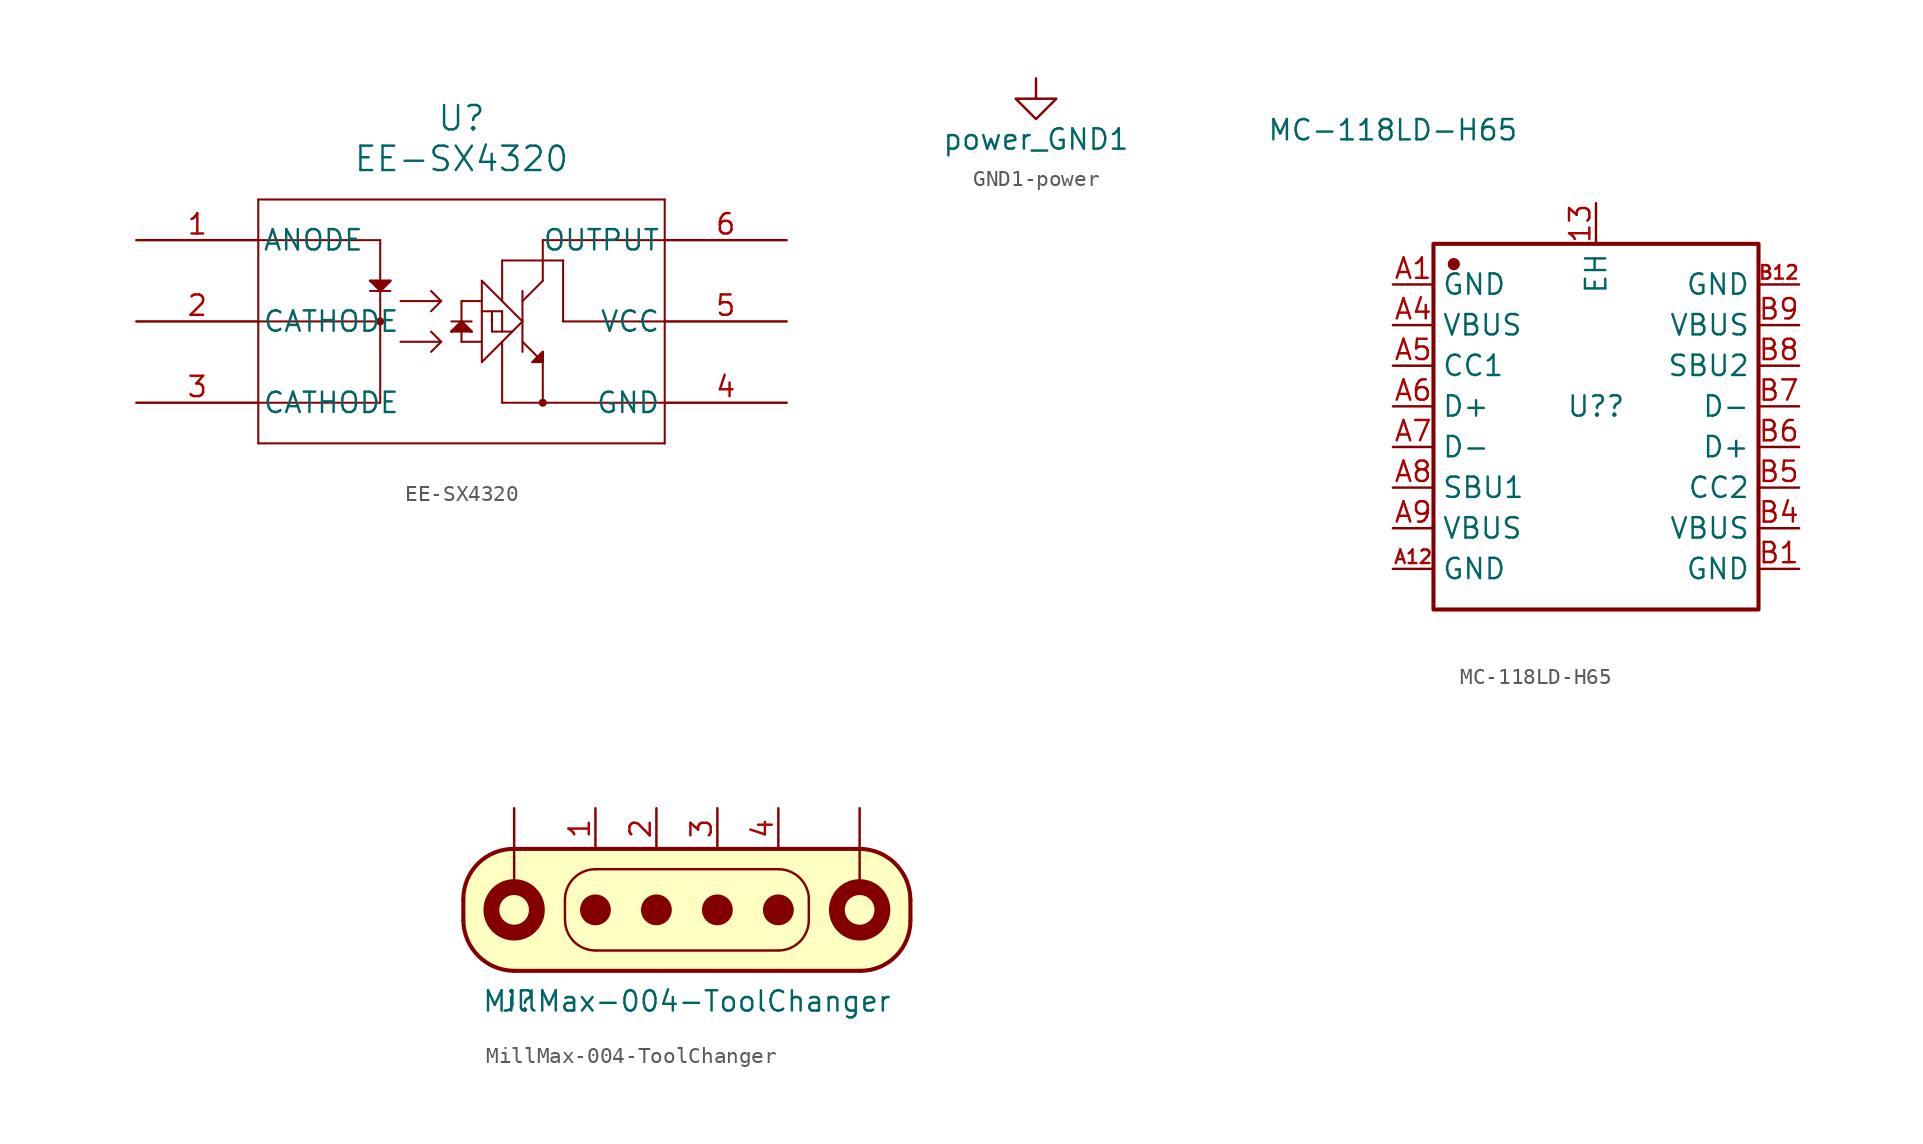
<source format=kicad_sym>
(kicad_symbol_lib
  (version 20241209)
  (generator "kicad_symbol_editor")
  (generator_version "9.0")
  (symbol "EE-SX4320"
    (pin_names
      (offset 0.254))
    (property "Reference" "U"
      (at 20.32 7.62 0)
      (effects (font (size 1.524 1.524))))
    (property "Value" "EE-SX4320"
      (at 20.32 5.08 0)
      (effects (font (size 1.524 1.524))))
    (symbol "EE-SX4320_0_1"
      (polyline (pts (xy 7.62 2.54) (xy 7.62 -12.7)) (stroke (width 0.127) (type default)) (fill (type none)))
      (polyline (pts (xy 7.62 0) (xy 15.24 0)) (stroke (width 0.127) (type default)) (fill (type none)))
      (polyline (pts (xy 7.62 -5.08) (xy 15.24 -5.08)) (stroke (width 0.127) (type default)) (fill (type none)))
      (polyline (pts (xy 7.62 -10.16) (xy 15.24 -10.16)) (stroke (width 0.127) (type default)) (fill (type none)))
      (polyline (pts (xy 7.62 -12.7) (xy 33.02 -12.7)) (stroke (width 0.127) (type default)) (fill (type none)))
      (polyline (pts (xy 14.605 -2.54) (xy 15.24 -3.175)) (stroke (width 0.127) (type default)) (fill (type none)))
      (polyline (pts (xy 14.605 -2.54) (xy 15.875 -2.54)) (stroke (width 0.127) (type default)) (fill (type none)))
      (polyline (pts (xy 14.605 -2.54) (xy 15.875 -2.54) (xy 15.24 -3.175)) (stroke (width 0) (type default)) (fill (type outline)))
      (polyline (pts (xy 14.605 -3.175) (xy 15.875 -3.175)) (stroke (width 0.127) (type default)) (fill (type none)))
      (polyline (pts (xy 15.24 0) (xy 15.24 -2.54)) (stroke (width 0.127) (type default)) (fill (type none)))
      (polyline (pts (xy 15.24 -3.175) (xy 15.24 -10.16)) (stroke (width 0.127) (type default)) (fill (type none)))
      (circle (center 15.24 -5.08) (radius 0.127) (stroke (width 0.254) (type default)) (fill (type none)))
      (polyline (pts (xy 15.875 -2.54) (xy 15.24 -3.175)) (stroke (width 0.127) (type default)) (fill (type none)))
      (polyline (pts (xy 16.51 -3.81) (xy 19.05 -3.81)) (stroke (width 0.127) (type default)) (fill (type none)))
      (polyline (pts (xy 16.51 -6.35) (xy 19.05 -6.35)) (stroke (width 0.127) (type default)) (fill (type none)))
      (polyline (pts (xy 18.415 -3.175) (xy 19.05 -3.81)) (stroke (width 0.127) (type default)) (fill (type none)))
      (polyline (pts (xy 18.415 -5.715) (xy 19.05 -6.35)) (stroke (width 0.127) (type default)) (fill (type none)))
      (polyline (pts (xy 19.05 -3.81) (xy 18.415 -4.445)) (stroke (width 0.127) (type default)) (fill (type none)))
      (polyline (pts (xy 19.05 -6.35) (xy 18.415 -6.985)) (stroke (width 0.127) (type default)) (fill (type none)))
      (polyline (pts (xy 19.685 -5.08) (xy 20.955 -5.08)) (stroke (width 0.127) (type default)) (fill (type none)))
      (polyline (pts (xy 19.685 -5.715) (xy 20.955 -5.715)) (stroke (width 0.127) (type default)) (fill (type none)))
      (polyline (pts (xy 19.685 -5.715) (xy 20.32 -5.08) (xy 20.955 -5.715)) (stroke (width 0) (type default)) (fill (type outline)))
      (polyline (pts (xy 20.32 -3.81) (xy 20.32 -5.08)) (stroke (width 0.127) (type default)) (fill (type none)))
      (polyline (pts (xy 20.32 -5.08) (xy 19.685 -5.715)) (stroke (width 0.127) (type default)) (fill (type none)))
      (polyline (pts (xy 20.32 -5.715) (xy 20.32 -6.35)) (stroke (width 0.127) (type default)) (fill (type none)))
      (polyline (pts (xy 20.32 -6.35) (xy 21.59 -6.35)) (stroke (width 0.127) (type default)) (fill (type none)))
      (polyline (pts (xy 20.955 -5.715) (xy 20.32 -5.08)) (stroke (width 0.127) (type default)) (fill (type none)))
      (polyline (pts (xy 21.59 -3.81) (xy 20.32 -3.81)) (stroke (width 0.127) (type default)) (fill (type none)))
      (polyline (pts (xy 21.59 -4.445) (xy 22.86 -4.445)) (stroke (width 0.127) (type default)) (fill (type none)))
      (polyline (pts (xy 21.59 -7.62) (xy 21.59 -2.54)) (stroke (width 0.127) (type default)) (fill (type none)))
      (polyline (pts (xy 22.225 -5.715) (xy 22.225 -4.445)) (stroke (width 0.127) (type default)) (fill (type none)))
      (polyline (pts (xy 22.86 -1.27) (xy 26.67 -1.27)) (stroke (width 0.127) (type default)) (fill (type none)))
      (polyline (pts (xy 22.86 -3.81) (xy 22.86 -1.27)) (stroke (width 0.127) (type default)) (fill (type none)))
      (polyline (pts (xy 22.86 -4.445) (xy 22.86 -5.715)) (stroke (width 0.127) (type default)) (fill (type none)))
      (polyline (pts (xy 22.86 -6.35) (xy 22.86 -10.16)) (stroke (width 0.127) (type default)) (fill (type none)))
      (polyline (pts (xy 23.495 -5.715) (xy 22.225 -5.715)) (stroke (width 0.127) (type default)) (fill (type none)))
      (polyline (pts (xy 24.13 -3.175) (xy 24.13 -6.985)) (stroke (width 0.127) (type default)) (fill (type none)))
      (polyline (pts (xy 24.13 -5.08) (xy 21.59 -2.54)) (stroke (width 0.127) (type default)) (fill (type none)))
      (polyline (pts (xy 24.13 -5.08) (xy 21.59 -7.62)) (stroke (width 0.127) (type default)) (fill (type none)))
      (polyline (pts (xy 24.13 -6.35) (xy 25.4 -7.62)) (stroke (width 0.127) (type default)) (fill (type none)))
      (polyline (pts (xy 24.765 -7.62) (xy 25.4 -7.62)) (stroke (width 0.127) (type default)) (fill (type none)))
      (polyline (pts (xy 24.765 -7.62) (xy 25.4 -6.985) (xy 25.4 -7.62)) (stroke (width 0) (type default)) (fill (type outline)))
      (polyline (pts (xy 25.4 0) (xy 25.4 -2.54)) (stroke (width 0.127) (type default)) (fill (type none)))
      (polyline (pts (xy 25.4 -2.54) (xy 24.13 -3.81)) (stroke (width 0.127) (type default)) (fill (type none)))
      (polyline (pts (xy 25.4 -6.985) (xy 24.765 -7.62)) (stroke (width 0.127) (type default)) (fill (type none)))
      (polyline (pts (xy 25.4 -7.62) (xy 25.4 -6.985)) (stroke (width 0.127) (type default)) (fill (type none)))
      (polyline (pts (xy 25.4 -7.62) (xy 25.4 -10.16)) (stroke (width 0.127) (type default)) (fill (type none)))
      (circle (center 25.4 -10.16) (radius 0.127) (stroke (width 0.254) (type default)) (fill (type none)))
      (polyline (pts (xy 26.67 -1.27) (xy 26.67 -5.08)) (stroke (width 0.127) (type default)) (fill (type none)))
      (polyline (pts (xy 33.02 2.54) (xy 7.62 2.54)) (stroke (width 0.127) (type default)) (fill (type none)))
      (polyline (pts (xy 33.02 0) (xy 25.4 0)) (stroke (width 0.127) (type default)) (fill (type none)))
      (polyline (pts (xy 33.02 -5.08) (xy 26.67 -5.08)) (stroke (width 0.127) (type default)) (fill (type none)))
      (polyline (pts (xy 33.02 -10.16) (xy 22.86 -10.16)) (stroke (width 0.127) (type default)) (fill (type none)))
      (polyline (pts (xy 33.02 -12.7) (xy 33.02 2.54)) (stroke (width 0.127) (type default)) (fill (type none)))
      (pin unspecified line (at 0 0 0) (length 7.62) (name "ANODE" (effects (font (size 1.27 1.27)))) (number "1" (effects (font (size 1.27 1.27)))))
      (pin unspecified line (at 0 -5.08 0) (length 7.62) (name "CATHODE" (effects (font (size 1.27 1.27)))) (number "2" (effects (font (size 1.27 1.27)))))
      (pin unspecified line (at 0 -10.16 0) (length 7.62) (name "CATHODE" (effects (font (size 1.27 1.27)))) (number "3" (effects (font (size 1.27 1.27)))))
      (pin unspecified line (at 40.64 0 180) (length 7.62) (name "OUTPUT" (effects (font (size 1.27 1.27)))) (number "6" (effects (font (size 1.27 1.27)))))
      (pin unspecified line (at 40.64 -5.08 180) (length 7.62) (name "VCC" (effects (font (size 1.27 1.27)))) (number "5" (effects (font (size 1.27 1.27)))))
      (pin unspecified line (at 40.64 -10.16 180) (length 7.62) (name "GND" (effects (font (size 1.27 1.27)))) (number "4" (effects (font (size 1.27 1.27)))))))
  (symbol "GND1-power"
    (power)
    (pin_names
      (offset 0))
    (property "Reference" "#PWR"
      (at 0 -6.35 0)
      (effects (font (size 1.27 1.27)) (hide yes)))
    (property "Value" "power_GND1"
      (at 0 -3.81 0)
      (effects (font (size 1.27 1.27))))
    (symbol "GND1-power_0_1"
      (polyline (pts (xy 0 0) (xy 0 -1.27) (xy 1.27 -1.27) (xy 0 -2.54) (xy -1.27 -1.27) (xy 0 -1.27)) (stroke (width 0) (type solid)) (fill (type none))))
    (symbol "GND1-power_1_1"
      (pin power_in line (at 0 0 270) (length 0) (hide yes) (name "GND1" (effects (font (size 1.27 1.27)))) (number "1" (effects (font (size 1.27 1.27)))))))
  (symbol "MC-118LD-H65"
    (property "Reference" "U?"
      (at 0 0 0)
      (effects (font (size 1.27 1.27))))
    (property "Value" "MC-118LD-H65"
      (at -12.7 17.272 0)
      (effects (font (size 1.27 1.27))))
    (symbol "MC-118LD-H65_0_0"
      (rectangle (start -10.16 10.16) (end 10.16 -12.7) (stroke (width 0.254) (type solid)) (fill (type none)))
      (circle (center -8.89 8.89) (radius 0.254) (stroke (width 0.254) (type solid)) (fill (type outline)))
      (pin unspecified line (at -12.7 7.62 0) (length 2.54) (name "GND" (effects (font (size 1.27 1.27)))) (number "A1" (effects (font (size 1.27 1.27)))))
      (pin unspecified line (at -12.7 5.08 0) (length 2.54) (name "VBUS" (effects (font (size 1.27 1.27)))) (number "A4" (effects (font (size 1.27 1.27)))))
      (pin unspecified line (at -12.7 2.54 0) (length 2.54) (name "CC1" (effects (font (size 1.27 1.27)))) (number "A5" (effects (font (size 1.27 1.27)))))
      (pin unspecified line (at -12.7 0 0) (length 2.54) (name "D+" (effects (font (size 1.27 1.27)))) (number "A6" (effects (font (size 1.27 1.27)))))
      (pin unspecified line (at -12.7 -2.54 0) (length 2.54) (name "D-" (effects (font (size 1.27 1.27)))) (number "A7" (effects (font (size 1.27 1.27)))))
      (pin unspecified line (at -12.7 -5.08 0) (length 2.54) (name "SBU1" (effects (font (size 1.27 1.27)))) (number "A8" (effects (font (size 1.27 1.27)))))
      (pin unspecified line (at -12.7 -7.62 0) (length 2.54) (name "VBUS" (effects (font (size 1.27 1.27)))) (number "A9" (effects (font (size 1.27 1.27)))))
      (pin unspecified line (at -12.7 -10.16 0) (length 2.54) (name "GND" (effects (font (size 1.27 1.27)))) (number "A12" (effects (font (size 0.847 0.847)))))
      (pin unspecified line (at 0 12.7 270) (length 2.54) (name "EH" (effects (font (size 1.27 1.27)))) (number "13" (effects (font (size 1.27 1.27)))))
      (pin unspecified line (at 12.7 7.62 180) (length 2.54) (name "GND" (effects (font (size 1.27 1.27)))) (number "B12" (effects (font (size 0.847 0.847)))))
      (pin unspecified line (at 12.7 5.08 180) (length 2.54) (name "VBUS" (effects (font (size 1.27 1.27)))) (number "B9" (effects (font (size 1.27 1.27)))))
      (pin unspecified line (at 12.7 2.54 180) (length 2.54) (name "SBU2" (effects (font (size 1.27 1.27)))) (number "B8" (effects (font (size 1.27 1.27)))))
      (pin unspecified line (at 12.7 0 180) (length 2.54) (name "D-" (effects (font (size 1.27 1.27)))) (number "B7" (effects (font (size 1.27 1.27)))))
      (pin unspecified line (at 12.7 -2.54 180) (length 2.54) (name "D+" (effects (font (size 1.27 1.27)))) (number "B6" (effects (font (size 1.27 1.27)))))
      (pin unspecified line (at 12.7 -5.08 180) (length 2.54) (name "CC2" (effects (font (size 1.27 1.27)))) (number "B5" (effects (font (size 1.27 1.27)))))
      (pin unspecified line (at 12.7 -7.62 180) (length 2.54) (name "VBUS" (effects (font (size 1.27 1.27)))) (number "B4" (effects (font (size 1.27 1.27)))))
      (pin unspecified line (at 12.7 -10.16 180) (length 2.54) (name "GND" (effects (font (size 1.27 1.27)))) (number "B1" (effects (font (size 1.27 1.27)))))))
  (symbol "MillMax-004-ToolChanger"
    (pin_names
      (offset 1.016))
    (property "Reference" "J"
      (at -10.541 -5.715 0)
      (effects (font (size 1.27 1.27))))
    (property "Value" "MillMax-004-ToolChanger"
      (at 0 -5.715 0)
      (effects (font (size 1.27 1.27))))
    (symbol "MillMax-004-ToolChanger_0_1"
      (rectangle (start -33.02 0.508) (end -22.225 -5.207) (stroke (width -0.991) (type solid)) (fill (type none)))
      (rectangle (start -22.225 -5.207) (end -24.13 -5.207) (stroke (width -0.991) (type solid)) (fill (type none)))
      (polyline (pts (xy -13.97 -0.635) (xy -13.97 0.635)) (stroke (width 0.254) (type solid)) (fill (type none)))
      (polyline (pts (xy -10.922 3.81) (xy 10.922 3.81) (xy 11.938 3.556) (xy 12.446 3.302) (xy 13.208 2.54) (xy 13.716 1.524) (xy 13.97 0.762) (xy 13.97 -0.762) (xy 13.716 -1.778) (xy 13.208 -2.54) (xy 12.446 -3.302) (xy 11.938 -3.556) (xy 10.668 -3.81) (xy -10.668 -3.81) (xy -11.938 -3.556) (xy -12.7 -3.048) (xy -13.462 -2.286) (xy -13.716 -1.778) (xy -13.97 -1.016) (xy -13.97 0.762) (xy -13.716 1.778) (xy -13.208 2.54) (xy -12.446 3.302) (xy -11.938 3.556) (xy -10.922 3.81)) (stroke (width -0.991) (type solid)) (fill (type background)))
      (arc (start -13.97 0.635) (mid -13.0528 2.8928) (end -10.795 3.81) (stroke (width 0.254) (type solid)) (fill (type none)))
      (polyline (pts (xy -10.795 3.81) (xy 10.795 3.81)) (stroke (width 0.254) (type solid)) (fill (type background)))
      (circle (center -10.795 0) (radius 1.422) (stroke (width 0.991) (type solid)) (fill (type none)))
      (arc (start -10.795 -3.81) (mid -13.0348 -2.8748) (end -13.97 -0.635) (stroke (width 0.254) (type solid)) (fill (type none)))
      (polyline (pts (xy -7.62 -0.635) (xy -7.62 0.635)) (stroke (width 0) (type solid)) (fill (type none)))
      (polyline (pts (xy -5.715 2.54) (xy 5.715 2.54)) (stroke (width 0) (type solid)) (fill (type none)))
      (circle (center -5.715 0) (radius 0.889) (stroke (width 0) (type solid)) (fill (type outline)))
      (arc (start -7.62 0.635) (mid -7.062 1.982) (end -5.715 2.54) (stroke (width 0) (type solid)) (fill (type none)))
      (arc (start -5.715 -2.54) (mid -7.062 -1.982) (end -7.62 -0.635) (stroke (width 0) (type solid)) (fill (type none)))
      (circle (center -1.905 0) (radius 0.889) (stroke (width 0) (type solid)) (fill (type outline)))
      (circle (center 1.905 0) (radius 0.889) (stroke (width 0) (type solid)) (fill (type outline)))
      (arc (start 5.715 2.54) (mid 7.062 1.982) (end 7.62 0.635) (stroke (width 0) (type solid)) (fill (type none)))
      (circle (center 5.715 0) (radius 0.889) (stroke (width 0) (type solid)) (fill (type outline)))
      (arc (start 7.62 -0.635) (mid 7.062 -1.982) (end 5.715 -2.54) (stroke (width 0) (type solid)) (fill (type none)))
      (polyline (pts (xy 5.715 -2.54) (xy -5.715 -2.54)) (stroke (width 0) (type solid)) (fill (type none)))
      (polyline (pts (xy 7.62 0.635) (xy 7.62 -0.635)) (stroke (width 0) (type solid)) (fill (type none)))
      (rectangle (start 10.16 -0.635) (end 10.16 1.27) (stroke (width -0.991) (type solid)) (fill (type none)))
      (arc (start 10.795 3.81) (mid 13.0348 2.8748) (end 13.97 0.635) (stroke (width 0.254) (type solid)) (fill (type none)))
      (circle (center 10.795 0) (radius 1.422) (stroke (width 0.991) (type solid)) (fill (type none)))
      (polyline (pts (xy 10.795 -3.81) (xy -10.795 -3.81)) (stroke (width 0.254) (type solid)) (fill (type none)))
      (arc (start 13.97 -0.635) (mid 13.0529 -2.8929) (end 10.795 -3.81) (stroke (width 0.254) (type solid)) (fill (type none)))
      (rectangle (start 12.065 7.62) (end 26.035 6.985) (stroke (width -0.991) (type solid)) (fill (type none)))
      (polyline (pts (xy 13.97 0.635) (xy 13.97 -0.635)) (stroke (width 0.254) (type solid)) (fill (type none))))
    (symbol "MillMax-004-ToolChanger_1_1"
      (pin bidirectional line (at -10.795 6.35 270) (length 5.004) (name "~" (effects (font (size 1.27 1.27)))) (number "~" (effects (font (size 1.27 1.27)))))
      (pin bidirectional line (at -5.715 6.35 270) (length 2.54) (name "~" (effects (font (size 1.27 1.27)))) (number "1" (effects (font (size 1.27 1.27)))))
      (pin bidirectional line (at -1.905 6.35 270) (length 2.54) (name "~" (effects (font (size 1.27 1.27)))) (number "2" (effects (font (size 1.27 1.27)))))
      (pin bidirectional line (at 1.905 6.35 270) (length 2.54) (name "~" (effects (font (size 1.27 1.27)))) (number "3" (effects (font (size 1.27 1.27)))))
      (pin bidirectional line (at 5.715 6.35 270) (length 2.54) (name "~" (effects (font (size 1.27 1.27)))) (number "4" (effects (font (size 1.27 1.27)))))
      (pin bidirectional line (at 10.795 6.35 270) (length 5.004) (name "~" (effects (font (size 1.27 1.27)))) (number "~" (effects (font (size 1.27 1.27))))))))
</source>
